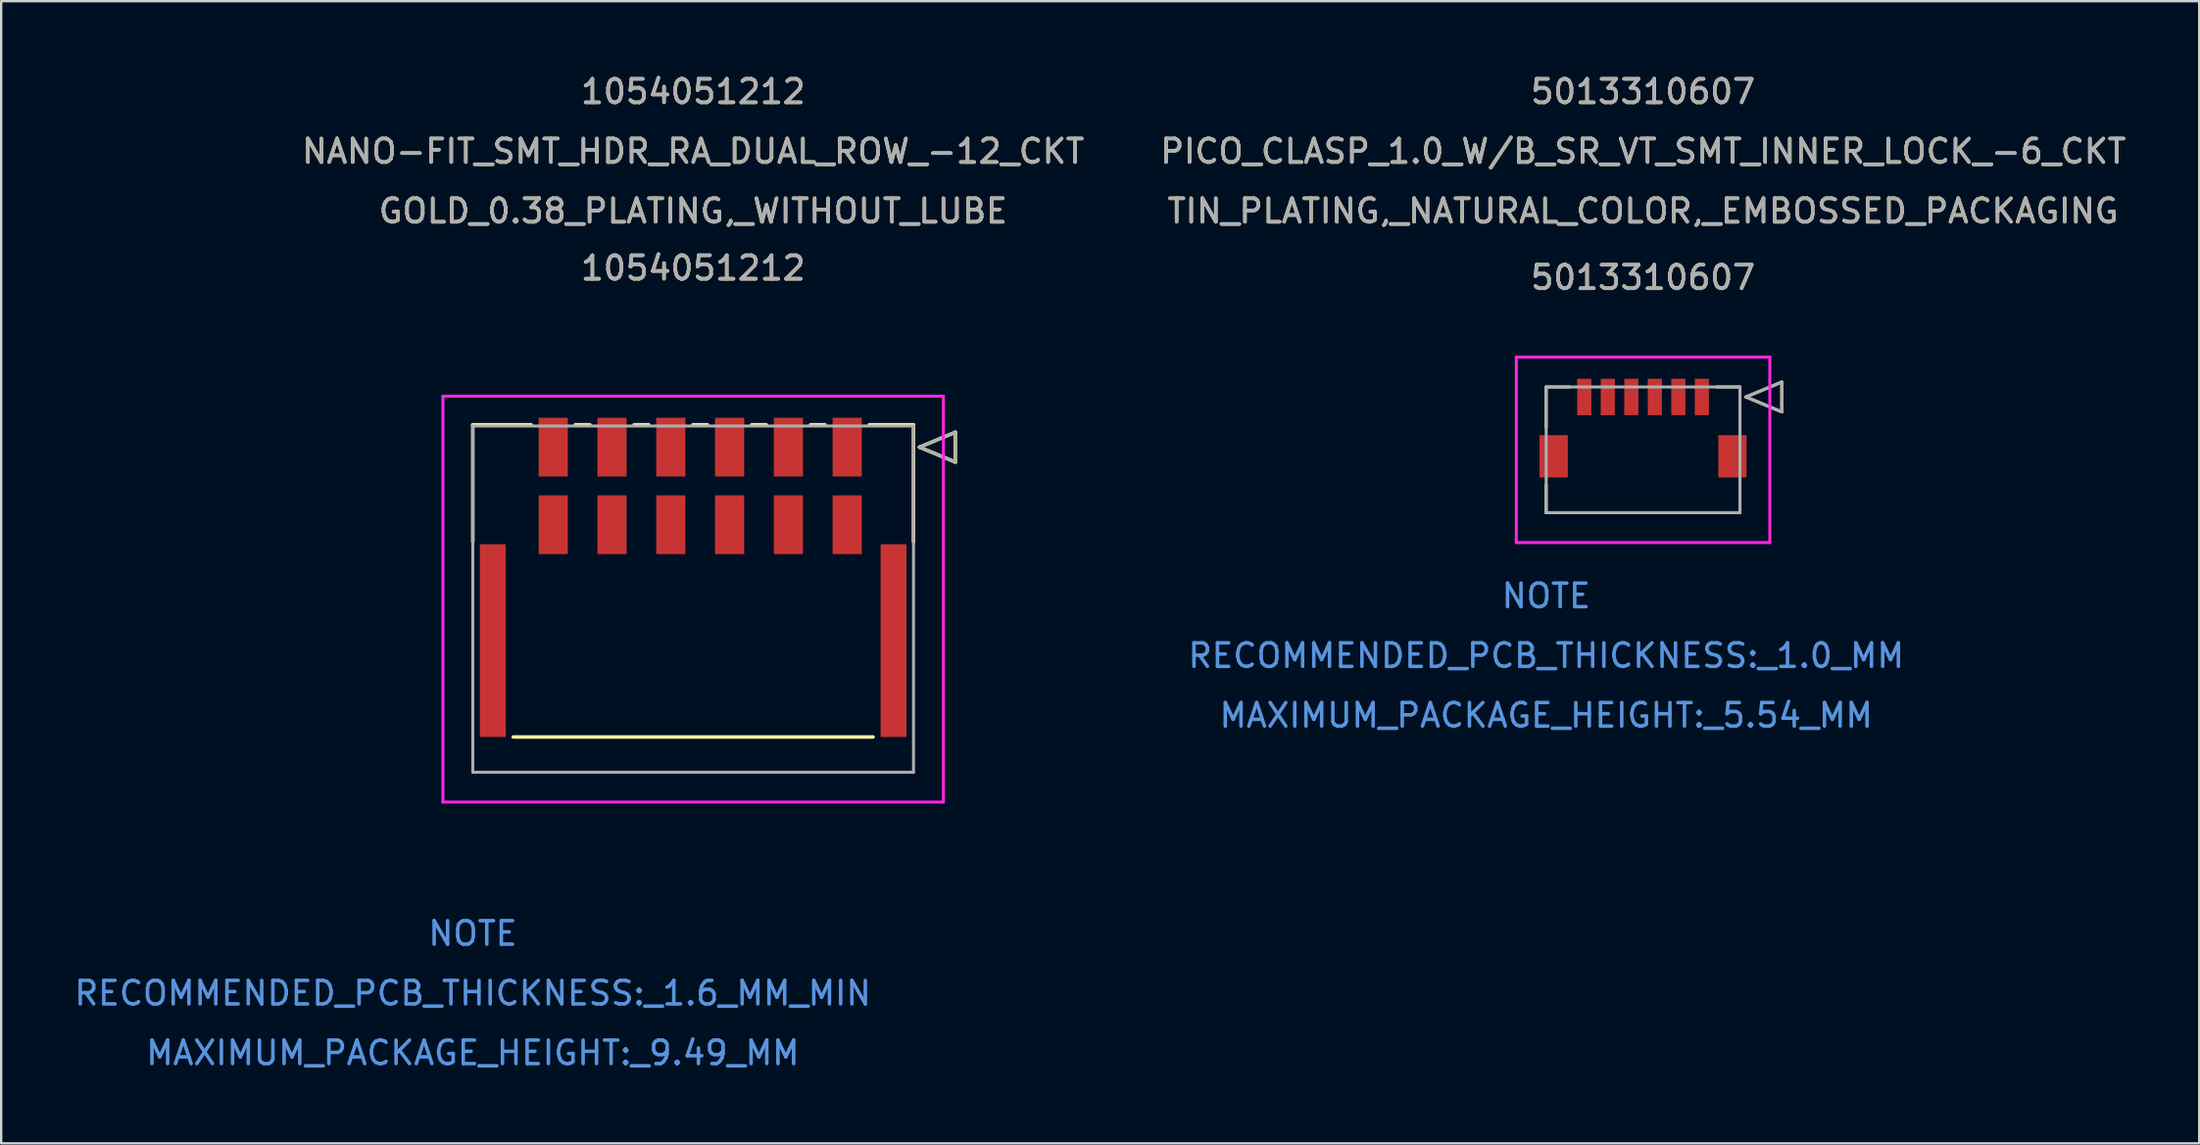
<source format=kicad_pcb>
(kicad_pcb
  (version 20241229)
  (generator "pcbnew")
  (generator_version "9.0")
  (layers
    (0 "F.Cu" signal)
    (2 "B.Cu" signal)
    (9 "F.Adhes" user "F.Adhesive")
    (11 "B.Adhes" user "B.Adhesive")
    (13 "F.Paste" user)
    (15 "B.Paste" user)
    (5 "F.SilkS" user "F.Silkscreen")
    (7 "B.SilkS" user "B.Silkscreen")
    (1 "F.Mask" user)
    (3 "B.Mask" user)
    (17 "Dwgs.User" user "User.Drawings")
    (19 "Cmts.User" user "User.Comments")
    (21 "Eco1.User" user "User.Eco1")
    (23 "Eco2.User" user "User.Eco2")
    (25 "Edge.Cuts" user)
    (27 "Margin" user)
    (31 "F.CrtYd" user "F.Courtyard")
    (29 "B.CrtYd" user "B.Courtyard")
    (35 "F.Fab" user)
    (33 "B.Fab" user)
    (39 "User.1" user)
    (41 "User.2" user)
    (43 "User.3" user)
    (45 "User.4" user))
  (footprint "5013310607"
    (layer "F.Cu")
    (at 69.316 13.838)
    (property "Reference" "5013310607" (at -2.5 -5.08 0) (unlocked yes) (layer "F.SilkS") (effects (font (size 1 1) (thickness 0.15))))
    (attr smd)
    (fp_line (start -6.62 -0.425) (end -6.62 1.305) (stroke (width 0.127) (type solid)) (layer "F.SilkS"))
    (fp_line (start -6.62 3.745) (end -6.62 4.925) (stroke (width 0.127) (type solid)) (layer "F.SilkS"))
    (fp_line (start -6.62 4.925) (end 1.62 4.925) (stroke (width 0.127) (type solid)) (layer "F.SilkS"))
    (fp_line (start -5.62 -0.425) (end -6.62 -0.425) (stroke (width 0.127) (type solid)) (layer "F.SilkS"))
    (fp_line (start 1.62 -0.425) (end 0.62 -0.425) (stroke (width 0.127) (type solid)) (layer "F.SilkS"))
    (fp_line (start 1.62 1.305) (end 1.62 -0.425) (stroke (width 0.127) (type solid)) (layer "F.SilkS"))
    (fp_line (start 1.62 4.925) (end 1.62 3.745) (stroke (width 0.127) (type solid)) (layer "F.SilkS"))
    (fp_line (start 1.874 0) (end 3.398 -0.635) (stroke (width 0.127) (type solid)) (layer "F.SilkS"))
    (fp_line (start 3.398 -0.635) (end 3.398 0.635) (stroke (width 0.127) (type solid)) (layer "F.SilkS"))
    (fp_line (start 3.398 0.635) (end 1.874 0) (stroke (width 0.127) (type solid)) (layer "F.SilkS"))
    (fp_line (start -7.89 -1.695) (end -7.89 6.195) (stroke (width 0.127) (type solid)) (layer "F.CrtYd"))
    (fp_line (start -7.89 6.195) (end 2.89 6.195) (stroke (width 0.127) (type solid)) (layer "F.CrtYd"))
    (fp_line (start 2.89 -1.695) (end -7.89 -1.695) (stroke (width 0.127) (type solid)) (layer "F.CrtYd"))
    (fp_line (start 2.89 6.195) (end 2.89 -1.695) (stroke (width 0.127) (type solid)) (layer "F.CrtYd"))
    (fp_line (start -6.62 -0.425) (end -6.62 4.925) (stroke (width 0.127) (type solid)) (layer "F.Fab"))
    (fp_line (start -6.62 4.925) (end 1.62 4.925) (stroke (width 0.127) (type solid)) (layer "F.Fab"))
    (fp_line (start 1.62 -0.425) (end -6.62 -0.425) (stroke (width 0.127) (type solid)) (layer "F.Fab"))
    (fp_line (start 1.62 4.925) (end 1.62 -0.425) (stroke (width 0.127) (type solid)) (layer "F.Fab"))
    (fp_line (start 1.874 0) (end 3.398 -0.635) (stroke (width 0.127) (type solid)) (layer "F.Fab"))
    (fp_line (start 3.398 -0.635) (end 3.398 0.635) (stroke (width 0.127) (type solid)) (layer "F.Fab"))
    (fp_line (start 3.398 0.635) (end 1.874 0) (stroke (width 0.127) (type solid)) (layer "F.Fab"))
    (fp_text user "5013310607" (at -2.5 -12.99 0) (unlocked yes) (layer "F.SilkS") (effects (font (size 1 1) (thickness 0.15))))
    (fp_text user "TIN_PLATING,_NATURAL_COLOR,_EMBOSSED_PACKAGING" (at -2.5 -7.91 0) (unlocked yes) (layer "F.SilkS") (effects (font (size 1 1) (thickness 0.15))))
    (fp_text user "PICO_CLASP_1.0_W/B_SR_VT_SMT_INNER_LOCK_-6_CKT" (at -2.5 -10.45 0) (unlocked yes) (layer "F.SilkS") (effects (font (size 1 1) (thickness 0.15))))
    (fp_text user "MAXIMUM_PACKAGE_HEIGHT:_5.54_MM" (at -6.62 13.545 0) (unlocked yes) (layer "Cmts.User") (effects (font (size 1 1) (thickness 0.15))))
    (fp_text user "RECOMMENDED_PCB_THICKNESS:_1.0_MM" (at -6.62 11.005 0) (unlocked yes) (layer "Cmts.User") (effects (font (size 1 1) (thickness 0.15))))
    (fp_text user "NOTE" (at -6.62 8.465 0) (unlocked yes) (layer "Cmts.User") (effects (font (size 1 1) (thickness 0.15))))
    (fp_text user "PICO_CLASP_1.0_W/B_SR_VT_SMT_INNER_LOCK_-6_CKT" (at -2.5 -10.45 0) (unlocked yes) (layer "F.Fab") (effects (font (size 1 1) (thickness 0.15))))
    (fp_text user "TIN_PLATING,_NATURAL_COLOR,_EMBOSSED_PACKAGING" (at -2.5 -7.91 0) (unlocked yes) (layer "F.Fab") (effects (font (size 1 1) (thickness 0.15))))
    (fp_text user "5013310607" (at -2.5 -12.99 0) (unlocked yes) (layer "F.Fab") (effects (font (size 1 1) (thickness 0.15))))
    (fp_text user "${REFERENCE}" (at -2.5 -5.08 0) (unlocked yes) (layer "F.Fab") (effects (font (size 1 1) (thickness 0.15))))
    (pad "1" smd rect (at 0 0) (size 0.6 1.55) (layers "F.Cu" "F.Mask" "F.Paste"))
    (pad "2" smd rect (at -1 0) (size 0.6 1.55) (layers "F.Cu" "F.Mask" "F.Paste"))
    (pad "3" smd rect (at -2 0) (size 0.6 1.55) (layers "F.Cu" "F.Mask" "F.Paste"))
    (pad "4" smd rect (at -3 0) (size 0.6 1.55) (layers "F.Cu" "F.Mask" "F.Paste"))
    (pad "5" smd rect (at -4 0) (size 0.6 1.55) (layers "F.Cu" "F.Mask" "F.Paste"))
    (pad "6" smd rect (at -5 0) (size 0.6 1.55) (layers "F.Cu" "F.Mask" "F.Paste"))
    (pad "7" smd rect (at 1.3 2.525) (size 1.2 1.8) (layers "F.Cu" "F.Mask" "F.Paste"))
    (pad "8" smd rect (at -6.3 2.525) (size 1.2 1.8) (layers "F.Cu" "F.Mask" "F.Paste")))
  (footprint "1054051212"
    (layer "F.Cu")
    (at 32.974 15.973)
    (property "Reference" "1054051212" (at -6.55 -7.62 0) (unlocked yes) (layer "F.SilkS") (effects (font (size 1 1) (thickness 0.15))))
    (attr smd)
    (fp_line (start -15.92 -0.95) (end -15.92 4.019) (stroke (width 0.152) (type solid)) (layer "F.SilkS"))
    (fp_line (start -14.2 12.33) (end 1.1 12.33) (stroke (width 0.152) (type solid)) (layer "F.SilkS"))
    (fp_line (start -13.44 -0.95) (end -15.92 -0.95) (stroke (width 0.152) (type solid)) (layer "F.SilkS"))
    (fp_line (start -10.94 -0.95) (end -11.56 -0.95) (stroke (width 0.152) (type solid)) (layer "F.SilkS"))
    (fp_line (start -8.44 -0.95) (end -9.06 -0.95) (stroke (width 0.152) (type solid)) (layer "F.SilkS"))
    (fp_line (start -5.94 -0.95) (end -6.56 -0.95) (stroke (width 0.152) (type solid)) (layer "F.SilkS"))
    (fp_line (start -3.44 -0.95) (end -4.06 -0.95) (stroke (width 0.152) (type solid)) (layer "F.SilkS"))
    (fp_line (start -0.94 -0.95) (end -1.56 -0.95) (stroke (width 0.152) (type solid)) (layer "F.SilkS"))
    (fp_line (start 2.82 -0.95) (end 0.94 -0.95) (stroke (width 0.152) (type solid)) (layer "F.SilkS"))
    (fp_line (start 2.82 4.019) (end 2.82 -0.95) (stroke (width 0.152) (type solid)) (layer "F.SilkS"))
    (fp_line (start 3.074 0) (end 4.598 -0.635) (stroke (width 0.152) (type solid)) (layer "F.SilkS"))
    (fp_line (start 4.598 -0.635) (end 4.598 0.635) (stroke (width 0.152) (type solid)) (layer "F.SilkS"))
    (fp_line (start 4.598 0.635) (end 3.074 0) (stroke (width 0.152) (type solid)) (layer "F.SilkS"))
    (fp_line (start -17.19 -2.17) (end -17.19 15.1) (stroke (width 0.127) (type solid)) (layer "F.CrtYd"))
    (fp_line (start -17.19 15.1) (end 4.09 15.1) (stroke (width 0.127) (type solid)) (layer "F.CrtYd"))
    (fp_line (start 4.09 -2.17) (end -17.19 -2.17) (stroke (width 0.127) (type solid)) (layer "F.CrtYd"))
    (fp_line (start 4.09 15.1) (end 4.09 -2.17) (stroke (width 0.127) (type solid)) (layer "F.CrtYd"))
    (fp_line (start -15.92 -0.9) (end -15.92 13.83) (stroke (width 0.127) (type solid)) (layer "F.Fab"))
    (fp_line (start -15.92 13.83) (end 2.82 13.83) (stroke (width 0.127) (type solid)) (layer "F.Fab"))
    (fp_line (start 2.82 -0.9) (end -15.92 -0.9) (stroke (width 0.127) (type solid)) (layer "F.Fab"))
    (fp_line (start 2.82 13.83) (end 2.82 -0.9) (stroke (width 0.127) (type solid)) (layer "F.Fab"))
    (fp_line (start 3.074 0) (end 4.598 -0.635) (stroke (width 0.127) (type solid)) (layer "F.Fab"))
    (fp_line (start 4.598 -0.635) (end 4.598 0.635) (stroke (width 0.127) (type solid)) (layer "F.Fab"))
    (fp_line (start 4.598 0.635) (end 3.074 0) (stroke (width 0.127) (type solid)) (layer "F.Fab"))
    (fp_text user "1054051212" (at -6.55 -15.125 0) (unlocked yes) (layer "F.SilkS") (effects (font (size 1 1) (thickness 0.15))))
    (fp_text user "GOLD_0.38_PLATING,_WITHOUT_LUBE" (at -6.55 -10.045 0) (unlocked yes) (layer "F.SilkS") (effects (font (size 1 1) (thickness 0.15))))
    (fp_text user "NANO-FIT_SMT_HDR_RA_DUAL_ROW_-12_CKT" (at -6.55 -12.585 0) (unlocked yes) (layer "F.SilkS") (effects (font (size 1 1) (thickness 0.15))))
    (fp_text user "NOTE" (at -15.92 20.69 0) (unlocked yes) (layer "Cmts.User") (effects (font (size 1 1) (thickness 0.15))))
    (fp_text user "RECOMMENDED_PCB_THICKNESS:_1.6_MM_MIN" (at -15.92 23.23 0) (unlocked yes) (layer "Cmts.User") (effects (font (size 1 1) (thickness 0.15))))
    (fp_text user "MAXIMUM_PACKAGE_HEIGHT:_9.49_MM" (at -15.92 25.77 0) (unlocked yes) (layer "Cmts.User") (effects (font (size 1 1) (thickness 0.15))))
    (fp_text user "NANO-FIT_SMT_HDR_RA_DUAL_ROW_-12_CKT" (at -6.55 -12.585 0) (unlocked yes) (layer "F.Fab") (effects (font (size 1 1) (thickness 0.15))))
    (fp_text user "${REFERENCE}" (at -6.55 -7.62 0) (unlocked yes) (layer "F.Fab") (effects (font (size 1 1) (thickness 0.15))))
    (fp_text user "GOLD_0.38_PLATING,_WITHOUT_LUBE" (at -6.55 -10.045 0) (unlocked yes) (layer "F.Fab") (effects (font (size 1 1) (thickness 0.15))))
    (fp_text user "1054051212" (at -6.55 -15.125 0) (unlocked yes) (layer "F.Fab") (effects (font (size 1 1) (thickness 0.15))))
    (pad "1" smd rect (at 0 0) (size 1.24 2.5) (layers "F.Cu" "F.Mask" "F.Paste"))
    (pad "2" smd rect (at -2.5 0) (size 1.24 2.5) (layers "F.Cu" "F.Mask" "F.Paste"))
    (pad "3" smd rect (at -5 0) (size 1.24 2.5) (layers "F.Cu" "F.Mask" "F.Paste"))
    (pad "4" smd rect (at -7.5 0) (size 1.24 2.5) (layers "F.Cu" "F.Mask" "F.Paste"))
    (pad "5" smd rect (at -10 0) (size 1.24 2.5) (layers "F.Cu" "F.Mask" "F.Paste"))
    (pad "6" smd rect (at -12.5 0) (size 1.24 2.5) (layers "F.Cu" "F.Mask" "F.Paste"))
    (pad "7" smd rect (at 0 3.3) (size 1.24 2.5) (layers "F.Cu" "F.Mask" "F.Paste"))
    (pad "8" smd rect (at -2.5 3.3) (size 1.24 2.5) (layers "F.Cu" "F.Mask" "F.Paste"))
    (pad "9" smd rect (at -5 3.3) (size 1.24 2.5) (layers "F.Cu" "F.Mask" "F.Paste"))
    (pad "10" smd rect (at -7.5 3.3) (size 1.24 2.5) (layers "F.Cu" "F.Mask" "F.Paste"))
    (pad "11" smd rect (at -10 3.3) (size 1.24 2.5) (layers "F.Cu" "F.Mask" "F.Paste"))
    (pad "12" smd rect (at -12.5 3.3) (size 1.24 2.5) (layers "F.Cu" "F.Mask" "F.Paste"))
    (pad "13" smd rect (at 1.97 8.23) (size 1.1 8.2) (layers "F.Cu" "F.Mask" "F.Paste"))
    (pad "14" smd rect (at -15.07 8.23) (size 1.1 8.2) (layers "F.Cu" "F.Mask" "F.Paste")))
  (gr_rect
    (start -3 -3)
    (end 90.465 45.592)
    (stroke (width 0.1) (type default))
    (fill no)
    (layer "Edge.Cuts")))
</source>
